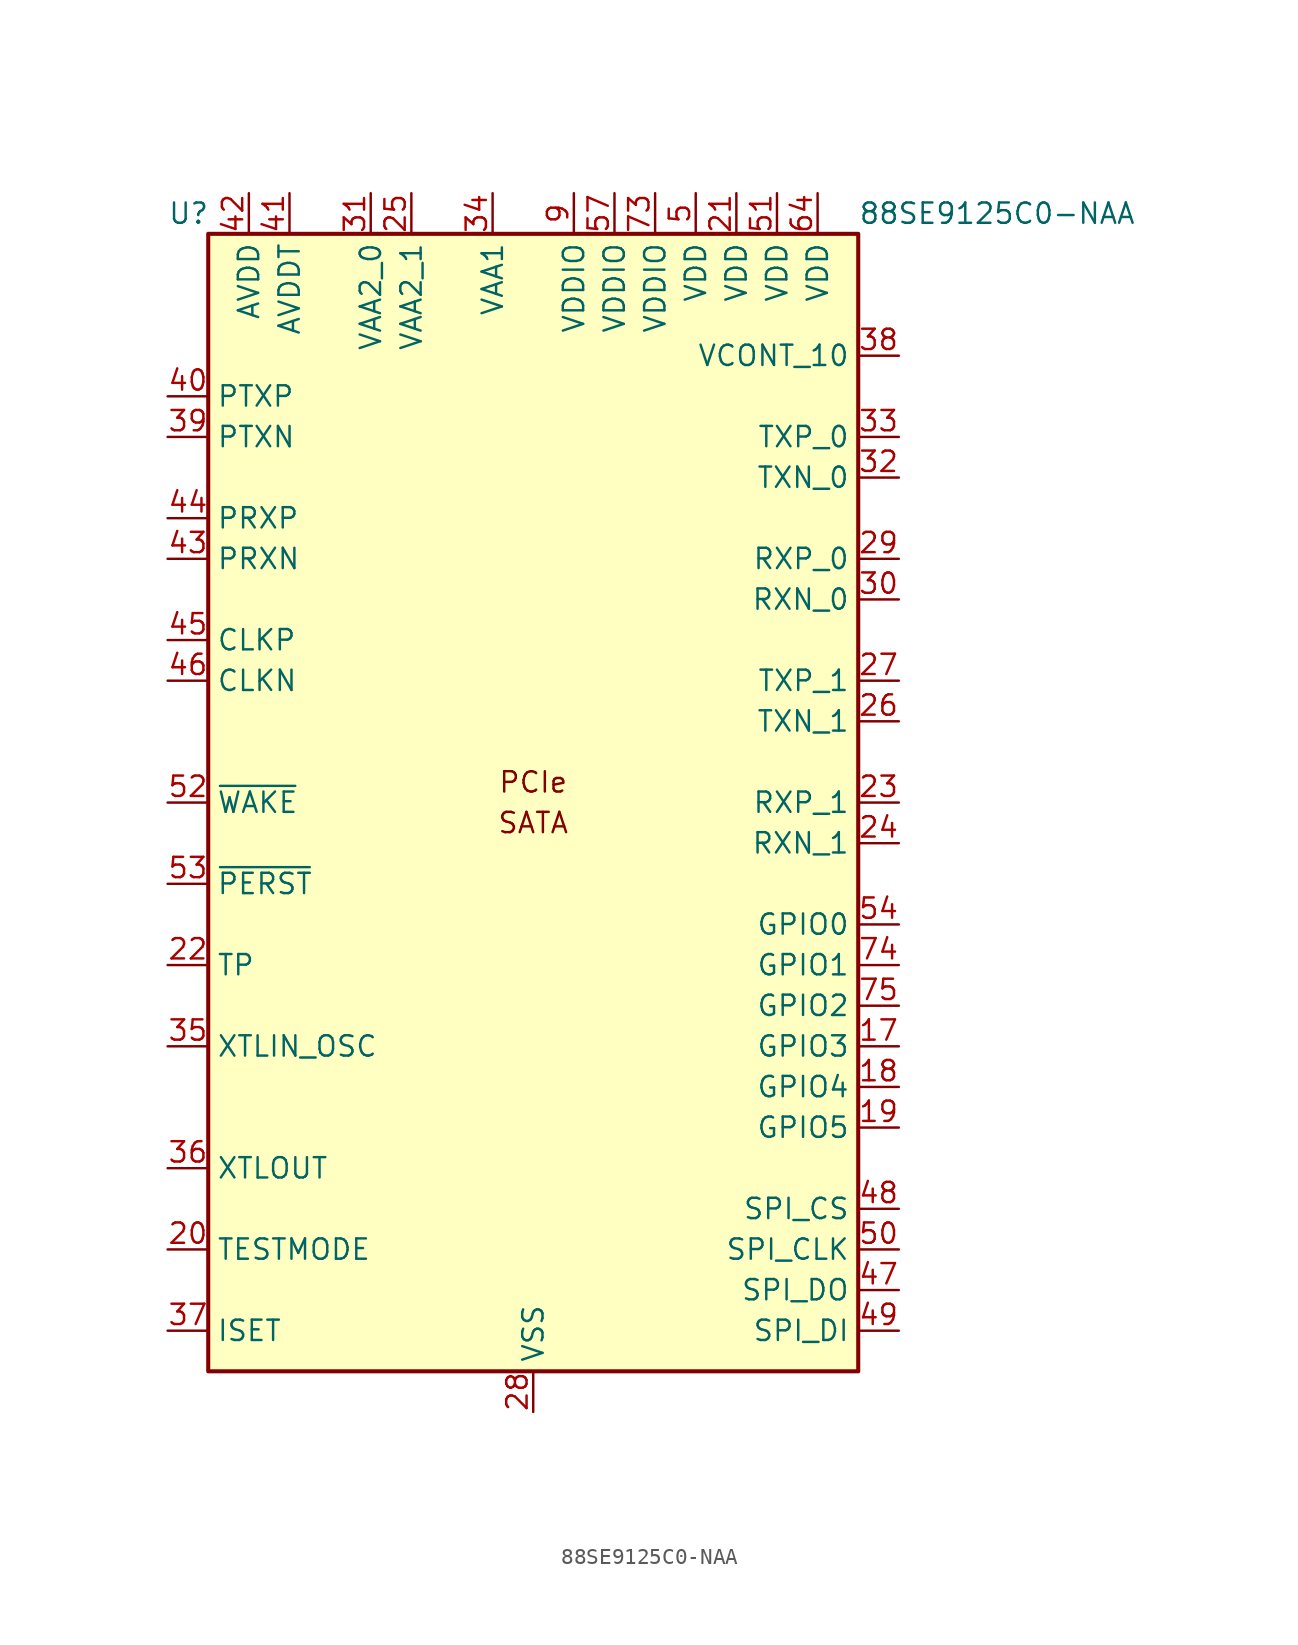
<source format=kicad_sym>
(kicad_symbol_lib
  (version 20241209)
  (generator "kicad_symbol_editor")
  (generator_version "9.0")
  (symbol "88SE9125C0-NAA"
    (property "Reference" "U"
      (at -22.86 36.83 0)
      (effects (font (size 1.27 1.27)) (justify left)))
    (property "Value" "88SE9125C0-NAA"
      (at 20.32 36.83 0)
      (effects (font (size 1.27 1.27)) (justify left)))
    (symbol "88SE9125C0-NAA_0_0"
      (text "PCIe" (at 0 1.27 0) (effects (font (size 1.27 1.27)))))
    (symbol "88SE9125C0-NAA_0_1"
      (rectangle (start -20.32 35.56) (end 20.32 -35.56) (stroke (width 0.254) (type default)) (fill (type background))))
    (symbol "88SE9125C0-NAA_1_0"
      (text "SATA" (at 0 -1.27 0) (effects (font (size 1.27 1.27)))))
    (symbol "88SE9125C0-NAA_1_1"
      (pin output line (at -22.86 25.4 0) (length 2.54) (name "PTXP" (effects (font (size 1.27 1.27)))) (number "40" (effects (font (size 1.27 1.27)))))
      (pin output line (at -22.86 22.86 0) (length 2.54) (name "PTXN" (effects (font (size 1.27 1.27)))) (number "39" (effects (font (size 1.27 1.27)))))
      (pin input line (at -22.86 17.78 0) (length 2.54) (name "PRXP" (effects (font (size 1.27 1.27)))) (number "44" (effects (font (size 1.27 1.27)))))
      (pin input line (at -22.86 15.24 0) (length 2.54) (name "PRXN" (effects (font (size 1.27 1.27)))) (number "43" (effects (font (size 1.27 1.27)))))
      (pin input line (at -22.86 10.16 0) (length 2.54) (name "CLKP" (effects (font (size 1.27 1.27)))) (number "45" (effects (font (size 1.27 1.27)))))
      (pin input line (at -22.86 7.62 0) (length 2.54) (name "CLKN" (effects (font (size 1.27 1.27)))) (number "46" (effects (font (size 1.27 1.27)))))
      (pin open_collector line (at -22.86 0 0) (length 2.54) (name "~{WAKE}" (effects (font (size 1.27 1.27)))) (number "52" (effects (font (size 1.27 1.27)))))
      (pin input line (at -22.86 -5.08 0) (length 2.54) (name "~{PERST}" (effects (font (size 1.27 1.27)))) (number "53" (effects (font (size 1.27 1.27)))))
      (pin bidirectional line (at -22.86 -10.16 0) (length 2.54) (name "TP" (effects (font (size 1.27 1.27)))) (number "22" (effects (font (size 1.27 1.27)))))
      (pin input line (at -22.86 -15.24 0) (length 2.54) (name "XTLIN_OSC" (effects (font (size 1.27 1.27)))) (number "35" (effects (font (size 1.27 1.27)))))
      (pin output line (at -22.86 -22.86 0) (length 2.54) (name "XTLOUT" (effects (font (size 1.27 1.27)))) (number "36" (effects (font (size 1.27 1.27)))))
      (pin input line (at -22.86 -27.94 0) (length 2.54) (name "TESTMODE" (effects (font (size 1.27 1.27)))) (number "20" (effects (font (size 1.27 1.27)))))
      (pin bidirectional line (at -22.86 -33.02 0) (length 2.54) (name "ISET" (effects (font (size 1.27 1.27)))) (number "37" (effects (font (size 1.27 1.27)))))
      (pin no_connect line (at -20.32 27.94 0) (length 2.54) (hide yes) (name "NC" (effects (font (size 1.27 1.27)))) (number "62" (effects (font (size 1.27 1.27)))))
      (pin no_connect line (at -20.32 20.32 0) (length 2.54) (hide yes) (name "NC" (effects (font (size 1.27 1.27)))) (number "61" (effects (font (size 1.27 1.27)))))
      (pin no_connect line (at -20.32 12.7 0) (length 2.54) (hide yes) (name "NC" (effects (font (size 1.27 1.27)))) (number "60" (effects (font (size 1.27 1.27)))))
      (pin no_connect line (at -20.32 5.08 0) (length 2.54) (hide yes) (name "NC" (effects (font (size 1.27 1.27)))) (number "59" (effects (font (size 1.27 1.27)))))
      (pin no_connect line (at -20.32 2.54 0) (length 2.54) (hide yes) (name "NC" (effects (font (size 1.27 1.27)))) (number "58" (effects (font (size 1.27 1.27)))))
      (pin no_connect line (at -20.32 -2.54 0) (length 2.54) (hide yes) (name "NC" (effects (font (size 1.27 1.27)))) (number "8" (effects (font (size 1.27 1.27)))))
      (pin no_connect line (at -20.32 -7.62 0) (length 2.54) (hide yes) (name "NC" (effects (font (size 1.27 1.27)))) (number "10" (effects (font (size 1.27 1.27)))))
      (pin no_connect line (at -20.32 -12.7 0) (length 2.54) (hide yes) (name "NC" (effects (font (size 1.27 1.27)))) (number "55" (effects (font (size 1.27 1.27)))))
      (pin no_connect line (at -20.32 -17.78 0) (length 2.54) (hide yes) (name "NC" (effects (font (size 1.27 1.27)))) (number "16" (effects (font (size 1.27 1.27)))))
      (pin no_connect line (at -20.32 -20.32 0) (length 2.54) (hide yes) (name "NC" (effects (font (size 1.27 1.27)))) (number "15" (effects (font (size 1.27 1.27)))))
      (pin no_connect line (at -20.32 -25.4 0) (length 2.54) (hide yes) (name "NC" (effects (font (size 1.27 1.27)))) (number "14" (effects (font (size 1.27 1.27)))))
      (pin no_connect line (at -20.32 -30.48 0) (length 2.54) (hide yes) (name "NC" (effects (font (size 1.27 1.27)))) (number "12" (effects (font (size 1.27 1.27)))))
      (pin power_in line (at -17.78 38.1 270) (length 2.54) (name "AVDD" (effects (font (size 1.27 1.27)))) (number "42" (effects (font (size 1.27 1.27)))))
      (pin power_in line (at -15.24 38.1 270) (length 2.54) (name "AVDDT" (effects (font (size 1.27 1.27)))) (number "41" (effects (font (size 1.27 1.27)))))
      (pin no_connect line (at -12.7 35.56 270) (length 2.54) (hide yes) (name "NC" (effects (font (size 1.27 1.27)))) (number "72" (effects (font (size 1.27 1.27)))))
      (pin no_connect line (at -12.7 -35.56 90) (length 2.54) (hide yes) (name "NC" (effects (font (size 1.27 1.27)))) (number "68" (effects (font (size 1.27 1.27)))))
      (pin power_in line (at -10.16 38.1 270) (length 2.54) (name "VAA2_0" (effects (font (size 1.27 1.27)))) (number "31" (effects (font (size 1.27 1.27)))))
      (pin no_connect line (at -10.16 -35.56 90) (length 2.54) (hide yes) (name "NC" (effects (font (size 1.27 1.27)))) (number "67" (effects (font (size 1.27 1.27)))))
      (pin power_in line (at -7.62 38.1 270) (length 2.54) (name "VAA2_1" (effects (font (size 1.27 1.27)))) (number "25" (effects (font (size 1.27 1.27)))))
      (pin no_connect line (at -7.62 -35.56 90) (length 2.54) (hide yes) (name "NC" (effects (font (size 1.27 1.27)))) (number "66" (effects (font (size 1.27 1.27)))))
      (pin no_connect line (at -5.08 35.56 270) (length 2.54) (hide yes) (name "NC" (effects (font (size 1.27 1.27)))) (number "76" (effects (font (size 1.27 1.27)))))
      (pin no_connect line (at -5.08 -35.56 90) (length 2.54) (hide yes) (name "NC" (effects (font (size 1.27 1.27)))) (number "65" (effects (font (size 1.27 1.27)))))
      (pin power_in line (at -2.54 38.1 270) (length 2.54) (name "VAA1" (effects (font (size 1.27 1.27)))) (number "34" (effects (font (size 1.27 1.27)))))
      (pin no_connect line (at -2.54 -35.56 90) (length 2.54) (hide yes) (name "NC" (effects (font (size 1.27 1.27)))) (number "63" (effects (font (size 1.27 1.27)))))
      (pin power_in line (at 0 -38.1 90) (length 2.54) (name "VSS" (effects (font (size 1.27 1.27)))) (number "28" (effects (font (size 1.27 1.27)))))
      (pin passive line (at 0 -38.1 90) (length 2.54) (hide yes) (name "VSS" (effects (font (size 1.27 1.27)))) (number "77" (effects (font (size 1.27 1.27)))))
      (pin power_in line (at 2.54 38.1 270) (length 2.54) (name "VDDIO" (effects (font (size 1.27 1.27)))) (number "9" (effects (font (size 1.27 1.27)))))
      (pin no_connect line (at 2.54 -35.56 90) (length 2.54) (hide yes) (name "NC" (effects (font (size 1.27 1.27)))) (number "69" (effects (font (size 1.27 1.27)))))
      (pin power_in line (at 5.08 38.1 270) (length 2.54) (name "VDDIO" (effects (font (size 1.27 1.27)))) (number "57" (effects (font (size 1.27 1.27)))))
      (pin no_connect line (at 5.08 -35.56 90) (length 2.54) (hide yes) (name "NC" (effects (font (size 1.27 1.27)))) (number "11" (effects (font (size 1.27 1.27)))))
      (pin power_in line (at 7.62 38.1 270) (length 2.54) (name "VDDIO" (effects (font (size 1.27 1.27)))) (number "73" (effects (font (size 1.27 1.27)))))
      (pin no_connect line (at 7.62 -35.56 90) (length 2.54) (hide yes) (name "NC" (effects (font (size 1.27 1.27)))) (number "70" (effects (font (size 1.27 1.27)))))
      (pin passive line (at 10.16 38.1 270) (length 2.54) (hide yes) (name "VDD" (effects (font (size 1.27 1.27)))) (number "13" (effects (font (size 1.27 1.27)))))
      (pin power_in line (at 10.16 38.1 270) (length 2.54) (name "VDD" (effects (font (size 1.27 1.27)))) (number "5" (effects (font (size 1.27 1.27)))))
      (pin power_in line (at 12.7 38.1 270) (length 2.54) (name "VDD" (effects (font (size 1.27 1.27)))) (number "21" (effects (font (size 1.27 1.27)))))
      (pin power_in line (at 15.24 38.1 270) (length 2.54) (name "VDD" (effects (font (size 1.27 1.27)))) (number "51" (effects (font (size 1.27 1.27)))))
      (pin power_in line (at 17.78 38.1 270) (length 2.54) (name "VDD" (effects (font (size 1.27 1.27)))) (number "64" (effects (font (size 1.27 1.27)))))
      (pin passive line (at 17.78 38.1 270) (length 2.54) (hide yes) (name "VDD" (effects (font (size 1.27 1.27)))) (number "71" (effects (font (size 1.27 1.27)))))
      (pin no_connect line (at 20.32 30.48 180) (length 2.54) (hide yes) (name "NC" (effects (font (size 1.27 1.27)))) (number "56" (effects (font (size 1.27 1.27)))))
      (pin no_connect line (at 20.32 25.4 180) (length 2.54) (hide yes) (name "NC" (effects (font (size 1.27 1.27)))) (number "1" (effects (font (size 1.27 1.27)))))
      (pin no_connect line (at 20.32 17.78 180) (length 2.54) (hide yes) (name "NC" (effects (font (size 1.27 1.27)))) (number "2" (effects (font (size 1.27 1.27)))))
      (pin no_connect line (at 20.32 10.16 180) (length 2.54) (hide yes) (name "NC" (effects (font (size 1.27 1.27)))) (number "3" (effects (font (size 1.27 1.27)))))
      (pin no_connect line (at 20.32 2.54 180) (length 2.54) (hide yes) (name "NC" (effects (font (size 1.27 1.27)))) (number "4" (effects (font (size 1.27 1.27)))))
      (pin no_connect line (at 20.32 -5.08 180) (length 2.54) (hide yes) (name "NC" (effects (font (size 1.27 1.27)))) (number "6" (effects (font (size 1.27 1.27)))))
      (pin no_connect line (at 20.32 -22.86 180) (length 2.54) (hide yes) (name "NC" (effects (font (size 1.27 1.27)))) (number "7" (effects (font (size 1.27 1.27)))))
      (pin output line (at 22.86 27.94 180) (length 2.54) (name "VCONT_10" (effects (font (size 1.27 1.27)))) (number "38" (effects (font (size 1.27 1.27)))))
      (pin output line (at 22.86 22.86 180) (length 2.54) (name "TXP_0" (effects (font (size 1.27 1.27)))) (number "33" (effects (font (size 1.27 1.27)))))
      (pin output line (at 22.86 20.32 180) (length 2.54) (name "TXN_0" (effects (font (size 1.27 1.27)))) (number "32" (effects (font (size 1.27 1.27)))))
      (pin input line (at 22.86 15.24 180) (length 2.54) (name "RXP_0" (effects (font (size 1.27 1.27)))) (number "29" (effects (font (size 1.27 1.27)))))
      (pin input line (at 22.86 12.7 180) (length 2.54) (name "RXN_0" (effects (font (size 1.27 1.27)))) (number "30" (effects (font (size 1.27 1.27)))))
      (pin output line (at 22.86 7.62 180) (length 2.54) (name "TXP_1" (effects (font (size 1.27 1.27)))) (number "27" (effects (font (size 1.27 1.27)))))
      (pin output line (at 22.86 5.08 180) (length 2.54) (name "TXN_1" (effects (font (size 1.27 1.27)))) (number "26" (effects (font (size 1.27 1.27)))))
      (pin input line (at 22.86 0 180) (length 2.54) (name "RXP_1" (effects (font (size 1.27 1.27)))) (number "23" (effects (font (size 1.27 1.27)))))
      (pin input line (at 22.86 -2.54 180) (length 2.54) (name "RXN_1" (effects (font (size 1.27 1.27)))) (number "24" (effects (font (size 1.27 1.27)))))
      (pin bidirectional line (at 22.86 -7.62 180) (length 2.54) (name "GPIO0" (effects (font (size 1.27 1.27)))) (number "54" (effects (font (size 1.27 1.27)))))
      (pin bidirectional line (at 22.86 -10.16 180) (length 2.54) (name "GPIO1" (effects (font (size 1.27 1.27)))) (number "74" (effects (font (size 1.27 1.27)))))
      (pin bidirectional line (at 22.86 -12.7 180) (length 2.54) (name "GPIO2" (effects (font (size 1.27 1.27)))) (number "75" (effects (font (size 1.27 1.27)))))
      (pin bidirectional line (at 22.86 -15.24 180) (length 2.54) (name "GPIO3" (effects (font (size 1.27 1.27)))) (number "17" (effects (font (size 1.27 1.27)))))
      (pin bidirectional line (at 22.86 -17.78 180) (length 2.54) (name "GPIO4" (effects (font (size 1.27 1.27)))) (number "18" (effects (font (size 1.27 1.27)))))
      (pin bidirectional line (at 22.86 -20.32 180) (length 2.54) (name "GPIO5" (effects (font (size 1.27 1.27)))) (number "19" (effects (font (size 1.27 1.27)))))
      (pin output line (at 22.86 -25.4 180) (length 2.54) (name "SPI_CS" (effects (font (size 1.27 1.27)))) (number "48" (effects (font (size 1.27 1.27)))))
      (pin output line (at 22.86 -27.94 180) (length 2.54) (name "SPI_CLK" (effects (font (size 1.27 1.27)))) (number "50" (effects (font (size 1.27 1.27)))))
      (pin output line (at 22.86 -30.48 180) (length 2.54) (name "SPI_DO" (effects (font (size 1.27 1.27)))) (number "47" (effects (font (size 1.27 1.27)))))
      (pin input line (at 22.86 -33.02 180) (length 2.54) (name "SPI_DI" (effects (font (size 1.27 1.27)))) (number "49" (effects (font (size 1.27 1.27))))))))
</source>
